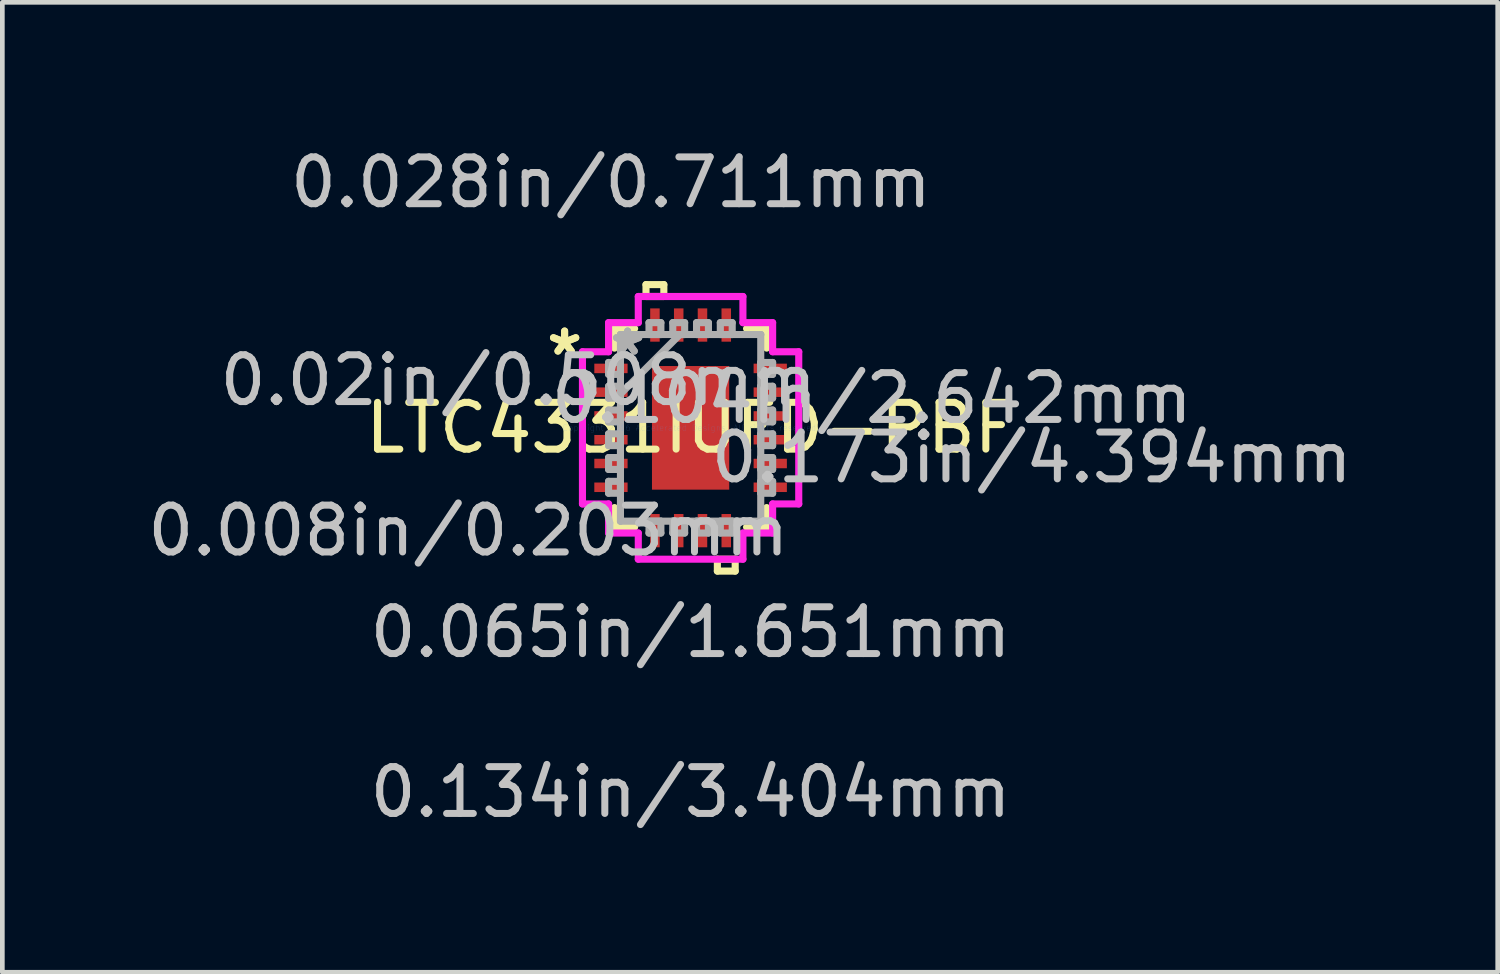
<source format=kicad_pcb>
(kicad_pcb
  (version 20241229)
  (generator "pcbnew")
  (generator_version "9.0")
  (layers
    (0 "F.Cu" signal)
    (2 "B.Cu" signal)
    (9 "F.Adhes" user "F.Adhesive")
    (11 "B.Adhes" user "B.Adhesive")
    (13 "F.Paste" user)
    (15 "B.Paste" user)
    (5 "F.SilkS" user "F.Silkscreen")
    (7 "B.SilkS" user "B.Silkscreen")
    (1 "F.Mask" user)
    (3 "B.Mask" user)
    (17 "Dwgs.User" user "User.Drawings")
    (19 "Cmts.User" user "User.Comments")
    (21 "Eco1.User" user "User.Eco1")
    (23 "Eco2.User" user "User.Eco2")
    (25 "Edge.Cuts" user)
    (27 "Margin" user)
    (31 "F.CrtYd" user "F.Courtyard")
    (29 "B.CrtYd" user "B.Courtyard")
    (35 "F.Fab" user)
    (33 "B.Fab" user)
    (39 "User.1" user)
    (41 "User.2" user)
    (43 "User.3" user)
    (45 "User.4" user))
  (footprint "LTC4331IUFD-PBF"
    (layer "F.Cu")
    (at 11.708 6.093)
    (property "Reference" "LTC4331IUFD-PBF" (at 0 0 0) (layer "F.SilkS") (effects (font (size 1 1) (thickness 0.15))))
    (attr through_hole)
    (fp_line (start -1.626 -2.121) (end -1.626 -1.704) (stroke (width 0.152) (type solid)) (layer "F.SilkS"))
    (fp_line (start -1.626 1.704) (end -1.626 2.121) (stroke (width 0.152) (type solid)) (layer "F.SilkS"))
    (fp_line (start -1.626 2.121) (end -1.196 2.121) (stroke (width 0.152) (type solid)) (layer "F.SilkS"))
    (fp_line (start -1.196 -2.121) (end -1.626 -2.121) (stroke (width 0.152) (type solid)) (layer "F.SilkS"))
    (fp_line (start -0.953 -3.061) (end -0.572 -3.061) (stroke (width 0.152) (type solid)) (layer "F.SilkS"))
    (fp_line (start -0.953 -2.807) (end -0.953 -3.061) (stroke (width 0.152) (type solid)) (layer "F.SilkS"))
    (fp_line (start -0.572 -3.061) (end -0.572 -2.807) (stroke (width 0.152) (type solid)) (layer "F.SilkS"))
    (fp_line (start -0.572 -2.807) (end -0.953 -2.807) (stroke (width 0.152) (type solid)) (layer "F.SilkS"))
    (fp_line (start 0.572 2.807) (end 0.572 3.061) (stroke (width 0.152) (type solid)) (layer "F.SilkS"))
    (fp_line (start 0.572 3.061) (end 0.953 3.061) (stroke (width 0.152) (type solid)) (layer "F.SilkS"))
    (fp_line (start 0.953 2.807) (end 0.572 2.807) (stroke (width 0.152) (type solid)) (layer "F.SilkS"))
    (fp_line (start 0.953 3.061) (end 0.953 2.807) (stroke (width 0.152) (type solid)) (layer "F.SilkS"))
    (fp_line (start 1.196 2.121) (end 1.626 2.121) (stroke (width 0.152) (type solid)) (layer "F.SilkS"))
    (fp_line (start 1.626 -2.121) (end 1.196 -2.121) (stroke (width 0.152) (type solid)) (layer "F.SilkS"))
    (fp_line (start 1.626 -1.704) (end 1.626 -2.121) (stroke (width 0.152) (type solid)) (layer "F.SilkS"))
    (fp_line (start 1.626 2.121) (end 1.626 1.704) (stroke (width 0.152) (type solid)) (layer "F.SilkS"))
    (fp_line (start -0.726 -1.221) (end -0.726 -0.1) (stroke (width 0.152) (type solid)) (layer "F.Paste"))
    (fp_line (start -0.726 -0.1) (end 0.726 -0.1) (stroke (width 0.152) (type solid)) (layer "F.Paste"))
    (fp_line (start -0.726 0.1) (end -0.726 1.221) (stroke (width 0.152) (type solid)) (layer "F.Paste"))
    (fp_line (start -0.726 1.221) (end 0.726 1.221) (stroke (width 0.152) (type solid)) (layer "F.Paste"))
    (fp_line (start 0.726 -1.221) (end -0.726 -1.221) (stroke (width 0.152) (type solid)) (layer "F.Paste"))
    (fp_line (start 0.726 -0.1) (end 0.726 -1.221) (stroke (width 0.152) (type solid)) (layer "F.Paste"))
    (fp_line (start 0.726 0.1) (end -0.726 0.1) (stroke (width 0.152) (type solid)) (layer "F.Paste"))
    (fp_line (start 0.726 1.221) (end 0.726 0.1) (stroke (width 0.152) (type solid)) (layer "F.Paste"))
    (fp_line (start -2.311 -1.626) (end -1.753 -1.626) (stroke (width 0.152) (type solid)) (layer "F.CrtYd"))
    (fp_line (start -2.311 1.626) (end -2.311 -1.626) (stroke (width 0.152) (type solid)) (layer "F.CrtYd"))
    (fp_line (start -1.753 -2.248) (end -1.118 -2.248) (stroke (width 0.152) (type solid)) (layer "F.CrtYd"))
    (fp_line (start -1.753 -1.626) (end -1.753 -2.248) (stroke (width 0.152) (type solid)) (layer "F.CrtYd"))
    (fp_line (start -1.753 1.626) (end -2.311 1.626) (stroke (width 0.152) (type solid)) (layer "F.CrtYd"))
    (fp_line (start -1.753 2.248) (end -1.753 1.626) (stroke (width 0.152) (type solid)) (layer "F.CrtYd"))
    (fp_line (start -1.118 -2.807) (end 1.118 -2.807) (stroke (width 0.152) (type solid)) (layer "F.CrtYd"))
    (fp_line (start -1.118 -2.248) (end -1.118 -2.807) (stroke (width 0.152) (type solid)) (layer "F.CrtYd"))
    (fp_line (start -1.118 2.248) (end -1.753 2.248) (stroke (width 0.152) (type solid)) (layer "F.CrtYd"))
    (fp_line (start -1.118 2.807) (end -1.118 2.248) (stroke (width 0.152) (type solid)) (layer "F.CrtYd"))
    (fp_line (start 1.118 -2.807) (end 1.118 -2.248) (stroke (width 0.152) (type solid)) (layer "F.CrtYd"))
    (fp_line (start 1.118 -2.248) (end 1.753 -2.248) (stroke (width 0.152) (type solid)) (layer "F.CrtYd"))
    (fp_line (start 1.118 2.248) (end 1.118 2.807) (stroke (width 0.152) (type solid)) (layer "F.CrtYd"))
    (fp_line (start 1.118 2.807) (end -1.118 2.807) (stroke (width 0.152) (type solid)) (layer "F.CrtYd"))
    (fp_line (start 1.753 -2.248) (end 1.753 -1.626) (stroke (width 0.152) (type solid)) (layer "F.CrtYd"))
    (fp_line (start 1.753 -1.626) (end 2.311 -1.626) (stroke (width 0.152) (type solid)) (layer "F.CrtYd"))
    (fp_line (start 1.753 1.626) (end 1.753 2.248) (stroke (width 0.152) (type solid)) (layer "F.CrtYd"))
    (fp_line (start 1.753 2.248) (end 1.118 2.248) (stroke (width 0.152) (type solid)) (layer "F.CrtYd"))
    (fp_line (start 2.311 -1.626) (end 2.311 1.626) (stroke (width 0.152) (type solid)) (layer "F.CrtYd"))
    (fp_line (start 2.311 1.626) (end 1.753 1.626) (stroke (width 0.152) (type solid)) (layer "F.CrtYd"))
    (fp_line (start -1.753 -1.397) (end -1.753 -1.143) (stroke (width 0.152) (type solid)) (layer "F.Fab"))
    (fp_line (start -1.753 -1.143) (end -1.499 -1.143) (stroke (width 0.152) (type solid)) (layer "F.Fab"))
    (fp_line (start -1.753 -0.889) (end -1.753 -0.635) (stroke (width 0.152) (type solid)) (layer "F.Fab"))
    (fp_line (start -1.753 -0.635) (end -1.499 -0.635) (stroke (width 0.152) (type solid)) (layer "F.Fab"))
    (fp_line (start -1.753 -0.381) (end -1.753 -0.127) (stroke (width 0.152) (type solid)) (layer "F.Fab"))
    (fp_line (start -1.753 -0.127) (end -1.499 -0.127) (stroke (width 0.152) (type solid)) (layer "F.Fab"))
    (fp_line (start -1.753 0.127) (end -1.753 0.381) (stroke (width 0.152) (type solid)) (layer "F.Fab"))
    (fp_line (start -1.753 0.381) (end -1.499 0.381) (stroke (width 0.152) (type solid)) (layer "F.Fab"))
    (fp_line (start -1.753 0.635) (end -1.753 0.889) (stroke (width 0.152) (type solid)) (layer "F.Fab"))
    (fp_line (start -1.753 0.889) (end -1.499 0.889) (stroke (width 0.152) (type solid)) (layer "F.Fab"))
    (fp_line (start -1.753 1.143) (end -1.753 1.397) (stroke (width 0.152) (type solid)) (layer "F.Fab"))
    (fp_line (start -1.753 1.397) (end -1.499 1.397) (stroke (width 0.152) (type solid)) (layer "F.Fab"))
    (fp_line (start -1.499 -1.994) (end -1.499 -1.994) (stroke (width 0.152) (type solid)) (layer "F.Fab"))
    (fp_line (start -1.499 -1.994) (end -1.499 1.994) (stroke (width 0.152) (type solid)) (layer "F.Fab"))
    (fp_line (start -1.499 -1.397) (end -1.753 -1.397) (stroke (width 0.152) (type solid)) (layer "F.Fab"))
    (fp_line (start -1.499 -1.143) (end -1.499 -1.397) (stroke (width 0.152) (type solid)) (layer "F.Fab"))
    (fp_line (start -1.499 -0.889) (end -1.753 -0.889) (stroke (width 0.152) (type solid)) (layer "F.Fab"))
    (fp_line (start -1.499 -0.724) (end -0.229 -1.994) (stroke (width 0.152) (type solid)) (layer "F.Fab"))
    (fp_line (start -1.499 -0.635) (end -1.499 -0.889) (stroke (width 0.152) (type solid)) (layer "F.Fab"))
    (fp_line (start -1.499 -0.381) (end -1.753 -0.381) (stroke (width 0.152) (type solid)) (layer "F.Fab"))
    (fp_line (start -1.499 -0.127) (end -1.499 -0.381) (stroke (width 0.152) (type solid)) (layer "F.Fab"))
    (fp_line (start -1.499 0.127) (end -1.753 0.127) (stroke (width 0.152) (type solid)) (layer "F.Fab"))
    (fp_line (start -1.499 0.381) (end -1.499 0.127) (stroke (width 0.152) (type solid)) (layer "F.Fab"))
    (fp_line (start -1.499 0.635) (end -1.753 0.635) (stroke (width 0.152) (type solid)) (layer "F.Fab"))
    (fp_line (start -1.499 0.889) (end -1.499 0.635) (stroke (width 0.152) (type solid)) (layer "F.Fab"))
    (fp_line (start -1.499 1.143) (end -1.753 1.143) (stroke (width 0.152) (type solid)) (layer "F.Fab"))
    (fp_line (start -1.499 1.397) (end -1.499 1.143) (stroke (width 0.152) (type solid)) (layer "F.Fab"))
    (fp_line (start -1.499 1.994) (end -1.499 1.994) (stroke (width 0.152) (type solid)) (layer "F.Fab"))
    (fp_line (start -1.499 1.994) (end 1.499 1.994) (stroke (width 0.152) (type solid)) (layer "F.Fab"))
    (fp_line (start -0.889 -2.248) (end -0.889 -1.994) (stroke (width 0.152) (type solid)) (layer "F.Fab"))
    (fp_line (start -0.889 -1.994) (end -0.635 -1.994) (stroke (width 0.152) (type solid)) (layer "F.Fab"))
    (fp_line (start -0.889 1.994) (end -0.889 2.248) (stroke (width 0.152) (type solid)) (layer "F.Fab"))
    (fp_line (start -0.889 2.248) (end -0.635 2.248) (stroke (width 0.152) (type solid)) (layer "F.Fab"))
    (fp_line (start -0.635 -2.248) (end -0.889 -2.248) (stroke (width 0.152) (type solid)) (layer "F.Fab"))
    (fp_line (start -0.635 -1.994) (end -0.635 -2.248) (stroke (width 0.152) (type solid)) (layer "F.Fab"))
    (fp_line (start -0.635 1.994) (end -0.889 1.994) (stroke (width 0.152) (type solid)) (layer "F.Fab"))
    (fp_line (start -0.635 2.248) (end -0.635 1.994) (stroke (width 0.152) (type solid)) (layer "F.Fab"))
    (fp_line (start -0.381 -2.248) (end -0.381 -1.994) (stroke (width 0.152) (type solid)) (layer "F.Fab"))
    (fp_line (start -0.381 -1.994) (end -0.127 -1.994) (stroke (width 0.152) (type solid)) (layer "F.Fab"))
    (fp_line (start -0.381 1.994) (end -0.381 2.248) (stroke (width 0.152) (type solid)) (layer "F.Fab"))
    (fp_line (start -0.381 2.248) (end -0.127 2.248) (stroke (width 0.152) (type solid)) (layer "F.Fab"))
    (fp_line (start -0.127 -2.248) (end -0.381 -2.248) (stroke (width 0.152) (type solid)) (layer "F.Fab"))
    (fp_line (start -0.127 -1.994) (end -0.127 -2.248) (stroke (width 0.152) (type solid)) (layer "F.Fab"))
    (fp_line (start -0.127 1.994) (end -0.381 1.994) (stroke (width 0.152) (type solid)) (layer "F.Fab"))
    (fp_line (start -0.127 2.248) (end -0.127 1.994) (stroke (width 0.152) (type solid)) (layer "F.Fab"))
    (fp_line (start 0.127 -2.248) (end 0.127 -1.994) (stroke (width 0.152) (type solid)) (layer "F.Fab"))
    (fp_line (start 0.127 -1.994) (end 0.381 -1.994) (stroke (width 0.152) (type solid)) (layer "F.Fab"))
    (fp_line (start 0.127 1.994) (end 0.127 2.248) (stroke (width 0.152) (type solid)) (layer "F.Fab"))
    (fp_line (start 0.127 2.248) (end 0.381 2.248) (stroke (width 0.152) (type solid)) (layer "F.Fab"))
    (fp_line (start 0.381 -2.248) (end 0.127 -2.248) (stroke (width 0.152) (type solid)) (layer "F.Fab"))
    (fp_line (start 0.381 -1.994) (end 0.381 -2.248) (stroke (width 0.152) (type solid)) (layer "F.Fab"))
    (fp_line (start 0.381 1.994) (end 0.127 1.994) (stroke (width 0.152) (type solid)) (layer "F.Fab"))
    (fp_line (start 0.381 2.248) (end 0.381 1.994) (stroke (width 0.152) (type solid)) (layer "F.Fab"))
    (fp_line (start 0.635 -2.248) (end 0.635 -1.994) (stroke (width 0.152) (type solid)) (layer "F.Fab"))
    (fp_line (start 0.635 -1.994) (end 0.889 -1.994) (stroke (width 0.152) (type solid)) (layer "F.Fab"))
    (fp_line (start 0.635 1.994) (end 0.635 2.248) (stroke (width 0.152) (type solid)) (layer "F.Fab"))
    (fp_line (start 0.635 2.248) (end 0.889 2.248) (stroke (width 0.152) (type solid)) (layer "F.Fab"))
    (fp_line (start 0.889 -2.248) (end 0.635 -2.248) (stroke (width 0.152) (type solid)) (layer "F.Fab"))
    (fp_line (start 0.889 -1.994) (end 0.889 -2.248) (stroke (width 0.152) (type solid)) (layer "F.Fab"))
    (fp_line (start 0.889 1.994) (end 0.635 1.994) (stroke (width 0.152) (type solid)) (layer "F.Fab"))
    (fp_line (start 0.889 2.248) (end 0.889 1.994) (stroke (width 0.152) (type solid)) (layer "F.Fab"))
    (fp_line (start 1.499 -1.994) (end -1.499 -1.994) (stroke (width 0.152) (type solid)) (layer "F.Fab"))
    (fp_line (start 1.499 -1.994) (end 1.499 -1.994) (stroke (width 0.152) (type solid)) (layer "F.Fab"))
    (fp_line (start 1.499 -1.397) (end 1.499 -1.143) (stroke (width 0.152) (type solid)) (layer "F.Fab"))
    (fp_line (start 1.499 -1.143) (end 1.753 -1.143) (stroke (width 0.152) (type solid)) (layer "F.Fab"))
    (fp_line (start 1.499 -0.889) (end 1.499 -0.635) (stroke (width 0.152) (type solid)) (layer "F.Fab"))
    (fp_line (start 1.499 -0.635) (end 1.753 -0.635) (stroke (width 0.152) (type solid)) (layer "F.Fab"))
    (fp_line (start 1.499 -0.381) (end 1.499 -0.127) (stroke (width 0.152) (type solid)) (layer "F.Fab"))
    (fp_line (start 1.499 -0.127) (end 1.753 -0.127) (stroke (width 0.152) (type solid)) (layer "F.Fab"))
    (fp_line (start 1.499 0.127) (end 1.499 0.381) (stroke (width 0.152) (type solid)) (layer "F.Fab"))
    (fp_line (start 1.499 0.381) (end 1.753 0.381) (stroke (width 0.152) (type solid)) (layer "F.Fab"))
    (fp_line (start 1.499 0.635) (end 1.499 0.889) (stroke (width 0.152) (type solid)) (layer "F.Fab"))
    (fp_line (start 1.499 0.889) (end 1.753 0.889) (stroke (width 0.152) (type solid)) (layer "F.Fab"))
    (fp_line (start 1.499 1.143) (end 1.499 1.397) (stroke (width 0.152) (type solid)) (layer "F.Fab"))
    (fp_line (start 1.499 1.397) (end 1.753 1.397) (stroke (width 0.152) (type solid)) (layer "F.Fab"))
    (fp_line (start 1.499 1.994) (end 1.499 -1.994) (stroke (width 0.152) (type solid)) (layer "F.Fab"))
    (fp_line (start 1.499 1.994) (end 1.499 1.994) (stroke (width 0.152) (type solid)) (layer "F.Fab"))
    (fp_line (start 1.753 -1.397) (end 1.499 -1.397) (stroke (width 0.152) (type solid)) (layer "F.Fab"))
    (fp_line (start 1.753 -1.143) (end 1.753 -1.397) (stroke (width 0.152) (type solid)) (layer "F.Fab"))
    (fp_line (start 1.753 -0.889) (end 1.499 -0.889) (stroke (width 0.152) (type solid)) (layer "F.Fab"))
    (fp_line (start 1.753 -0.635) (end 1.753 -0.889) (stroke (width 0.152) (type solid)) (layer "F.Fab"))
    (fp_line (start 1.753 -0.381) (end 1.499 -0.381) (stroke (width 0.152) (type solid)) (layer "F.Fab"))
    (fp_line (start 1.753 -0.127) (end 1.753 -0.381) (stroke (width 0.152) (type solid)) (layer "F.Fab"))
    (fp_line (start 1.753 0.127) (end 1.499 0.127) (stroke (width 0.152) (type solid)) (layer "F.Fab"))
    (fp_line (start 1.753 0.381) (end 1.753 0.127) (stroke (width 0.152) (type solid)) (layer "F.Fab"))
    (fp_line (start 1.753 0.635) (end 1.499 0.635) (stroke (width 0.152) (type solid)) (layer "F.Fab"))
    (fp_line (start 1.753 0.889) (end 1.753 0.635) (stroke (width 0.152) (type solid)) (layer "F.Fab"))
    (fp_line (start 1.753 1.143) (end 1.499 1.143) (stroke (width 0.152) (type solid)) (layer "F.Fab"))
    (fp_line (start 1.753 1.397) (end 1.753 1.143) (stroke (width 0.152) (type solid)) (layer "F.Fab"))
    (fp_text user "*" (at -2.692 -1.524 0) (layer "F.SilkS") (effects (font (size 1 1) (thickness 0.15))))
    (fp_text user "*" (at -2.692 -1.524 0) (layer "F.SilkS") (effects (font (size 1 1) (thickness 0.15))))
    (fp_text user "0.065in/1.651mm" (at 0 4.369 0) (layer "Dwgs.User") (effects (font (size 1 1) (thickness 0.15))))
    (fp_text user "0.008in/0.203mm" (at -4.75 2.197 0) (layer "Dwgs.User") (effects (font (size 1 1) (thickness 0.15))))
    (fp_text user "0.104in/2.642mm" (at 3.873 -0.635 0) (layer "Dwgs.User") (effects (font (size 1 1) (thickness 0.15))))
    (fp_text user "0.134in/3.404mm" (at 0 7.785 0) (layer "Dwgs.User") (effects (font (size 1 1) (thickness 0.15))))
    (fp_text user "0.02in/0.508mm" (at -3.683 -1.016 0) (layer "Dwgs.User") (effects (font (size 1 1) (thickness 0.15))))
    (fp_text user "0.028in/0.711mm" (at -1.702 -5.245 0) (layer "Dwgs.User") (effects (font (size 1 1) (thickness 0.15))))
    (fp_text user "0.173in/4.394mm" (at 7.29 0.635 0) (layer "Dwgs.User") (effects (font (size 1 1) (thickness 0.15))))
    (fp_text user "Copyright 2016 Accelerated Designs. All rights reserved." (at 0 0 0) (layer "Cmts.User") (effects (font (size 0.127 0.127) (thickness 0.002))))
    (fp_text user "*" (at -1.346 -1.524 0) (layer "F.Fab") (effects (font (size 1 1) (thickness 0.15))))
    (fp_text user "*" (at -1.346 -1.524 0) (layer "F.Fab") (effects (font (size 1 1) (thickness 0.15))))
    (pad "1" smd rect (at -1.702 -1.27 90) (size 0.203 0.711) (layers "F.Cu" "F.Mask" "F.Paste"))
    (pad "2" smd rect (at -1.702 -0.762 90) (size 0.203 0.711) (layers "F.Cu" "F.Mask" "F.Paste"))
    (pad "3" smd rect (at -1.702 -0.254 90) (size 0.203 0.711) (layers "F.Cu" "F.Mask" "F.Paste"))
    (pad "4" smd rect (at -1.702 0.254 90) (size 0.203 0.711) (layers "F.Cu" "F.Mask" "F.Paste"))
    (pad "5" smd rect (at -1.702 0.762 90) (size 0.203 0.711) (layers "F.Cu" "F.Mask" "F.Paste"))
    (pad "6" smd rect (at -1.702 1.27 90) (size 0.203 0.711) (layers "F.Cu" "F.Mask" "F.Paste"))
    (pad "7" smd rect (at -0.762 2.197) (size 0.203 0.711) (layers "F.Cu" "F.Mask" "F.Paste"))
    (pad "8" smd rect (at -0.254 2.197) (size 0.203 0.711) (layers "F.Cu" "F.Mask" "F.Paste"))
    (pad "9" smd rect (at 0.254 2.197) (size 0.203 0.711) (layers "F.Cu" "F.Mask" "F.Paste"))
    (pad "10" smd rect (at 0.762 2.197) (size 0.203 0.711) (layers "F.Cu" "F.Mask" "F.Paste"))
    (pad "11" smd rect (at 1.702 1.27 90) (size 0.203 0.711) (layers "F.Cu" "F.Mask" "F.Paste"))
    (pad "12" smd rect (at 1.702 0.762 90) (size 0.203 0.711) (layers "F.Cu" "F.Mask" "F.Paste"))
    (pad "13" smd rect (at 1.702 0.254 90) (size 0.203 0.711) (layers "F.Cu" "F.Mask" "F.Paste"))
    (pad "14" smd rect (at 1.702 -0.254 90) (size 0.203 0.711) (layers "F.Cu" "F.Mask" "F.Paste"))
    (pad "15" smd rect (at 1.702 -0.762 90) (size 0.203 0.711) (layers "F.Cu" "F.Mask" "F.Paste"))
    (pad "16" smd rect (at 1.702 -1.27 90) (size 0.203 0.711) (layers "F.Cu" "F.Mask" "F.Paste"))
    (pad "17" smd rect (at 0.762 -2.197) (size 0.203 0.711) (layers "F.Cu" "F.Mask" "F.Paste"))
    (pad "18" smd rect (at 0.254 -2.197) (size 0.203 0.711) (layers "F.Cu" "F.Mask" "F.Paste"))
    (pad "19" smd rect (at -0.254 -2.197) (size 0.203 0.711) (layers "F.Cu" "F.Mask" "F.Paste"))
    (pad "20" smd rect (at -0.762 -2.197) (size 0.203 0.711) (layers "F.Cu" "F.Mask" "F.Paste"))
    (pad "21" smd rect (at 0 0) (size 1.651 2.642) (layers "F.Cu" "F.Mask" "F.Paste")))
  (gr_rect
    (start -3 -3)
    (end 28.956 17.727)
    (stroke (width 0.1) (type default))
    (fill no)
    (layer "Edge.Cuts")))
</source>
